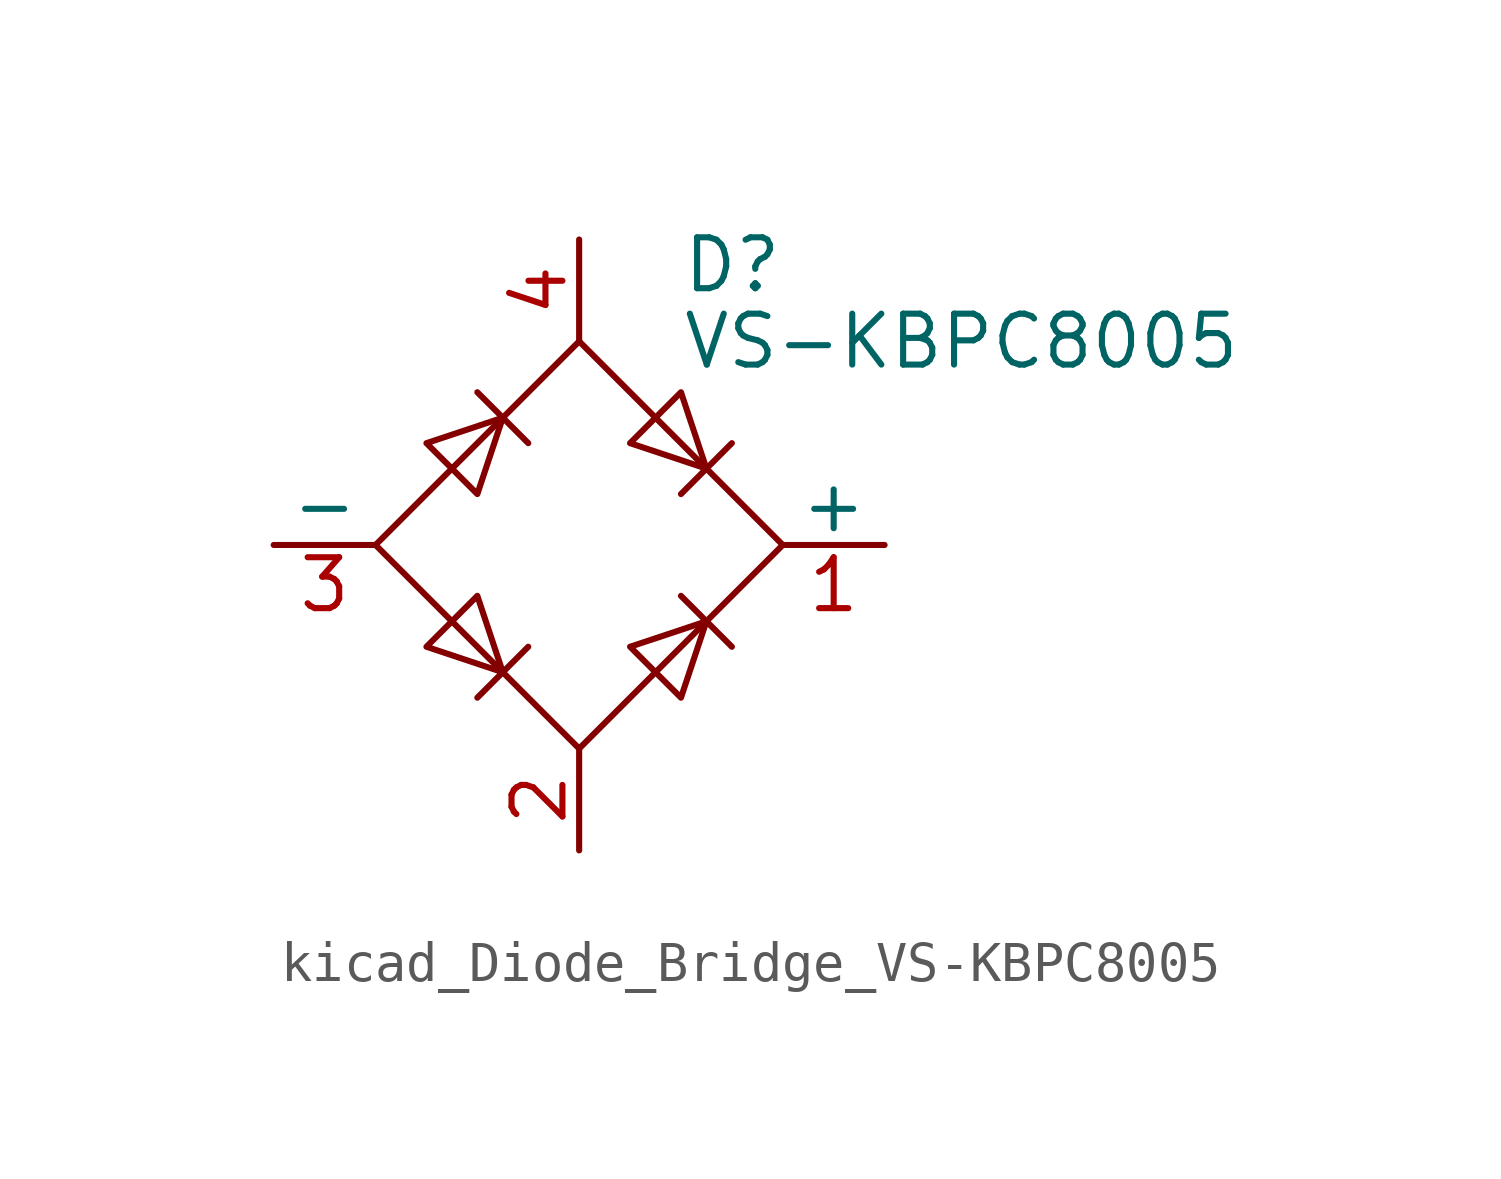
<source format=kicad_sym>
(kicad_symbol_lib
  (version 20220914)
  (generator kicad_symbol_editor)
  (symbol "kicad_Diode_Bridge_VS-KBPC8005"
    (pin_names
      (offset 0))
    (property "Reference" "D"
      (at 2.54 6.985 0)
      (effects (font (size 1.27 1.27)) (justify left)))
    (property "Value" "VS-KBPC8005"
      (at 2.54 5.08 0)
      (effects (font (size 1.27 1.27)) (justify left)))
    (symbol "kicad_Diode_Bridge_VS-KBPC8005_0_1"
      (polyline (pts (xy -2.54 3.81) (xy -1.27 2.54)) (stroke (width 0) (type default)) (fill (type none)))
      (polyline (pts (xy -1.27 -2.54) (xy -2.54 -3.81)) (stroke (width 0) (type default)) (fill (type none)))
      (polyline (pts (xy 2.54 -1.27) (xy 3.81 -2.54)) (stroke (width 0) (type default)) (fill (type none)))
      (polyline (pts (xy 2.54 1.27) (xy 3.81 2.54)) (stroke (width 0) (type default)) (fill (type none)))
      (polyline (pts (xy -3.81 2.54) (xy -2.54 1.27) (xy -1.905 3.175) (xy -3.81 2.54)) (stroke (width 0) (type default)) (fill (type none)))
      (polyline (pts (xy -2.54 -1.27) (xy -3.81 -2.54) (xy -1.905 -3.175) (xy -2.54 -1.27)) (stroke (width 0) (type default)) (fill (type none)))
      (polyline (pts (xy 1.27 2.54) (xy 2.54 3.81) (xy 3.175 1.905) (xy 1.27 2.54)) (stroke (width 0) (type default)) (fill (type none)))
      (polyline (pts (xy 3.175 -1.905) (xy 1.27 -2.54) (xy 2.54 -3.81) (xy 3.175 -1.905)) (stroke (width 0) (type default)) (fill (type none)))
      (polyline (pts (xy -5.08 0) (xy 0 -5.08) (xy 5.08 0) (xy 0 5.08) (xy -5.08 0)) (stroke (width 0) (type default)) (fill (type none))))
    (symbol "kicad_Diode_Bridge_VS-KBPC8005_1_1"
      (pin passive line (at 7.62 0 180) (length 2.54) (name "+" (effects (font (size 1.27 1.27)))) (number "1" (effects (font (size 1.27 1.27)))))
      (pin passive line (at 0 -7.62 90) (length 2.54) (name "~" (effects (font (size 1.27 1.27)))) (number "2" (effects (font (size 1.27 1.27)))))
      (pin passive line (at -7.62 0 0) (length 2.54) (name "-" (effects (font (size 1.27 1.27)))) (number "3" (effects (font (size 1.27 1.27)))))
      (pin passive line (at 0 7.62 270) (length 2.54) (name "~" (effects (font (size 1.27 1.27)))) (number "4" (effects (font (size 1.27 1.27))))))))
</source>
